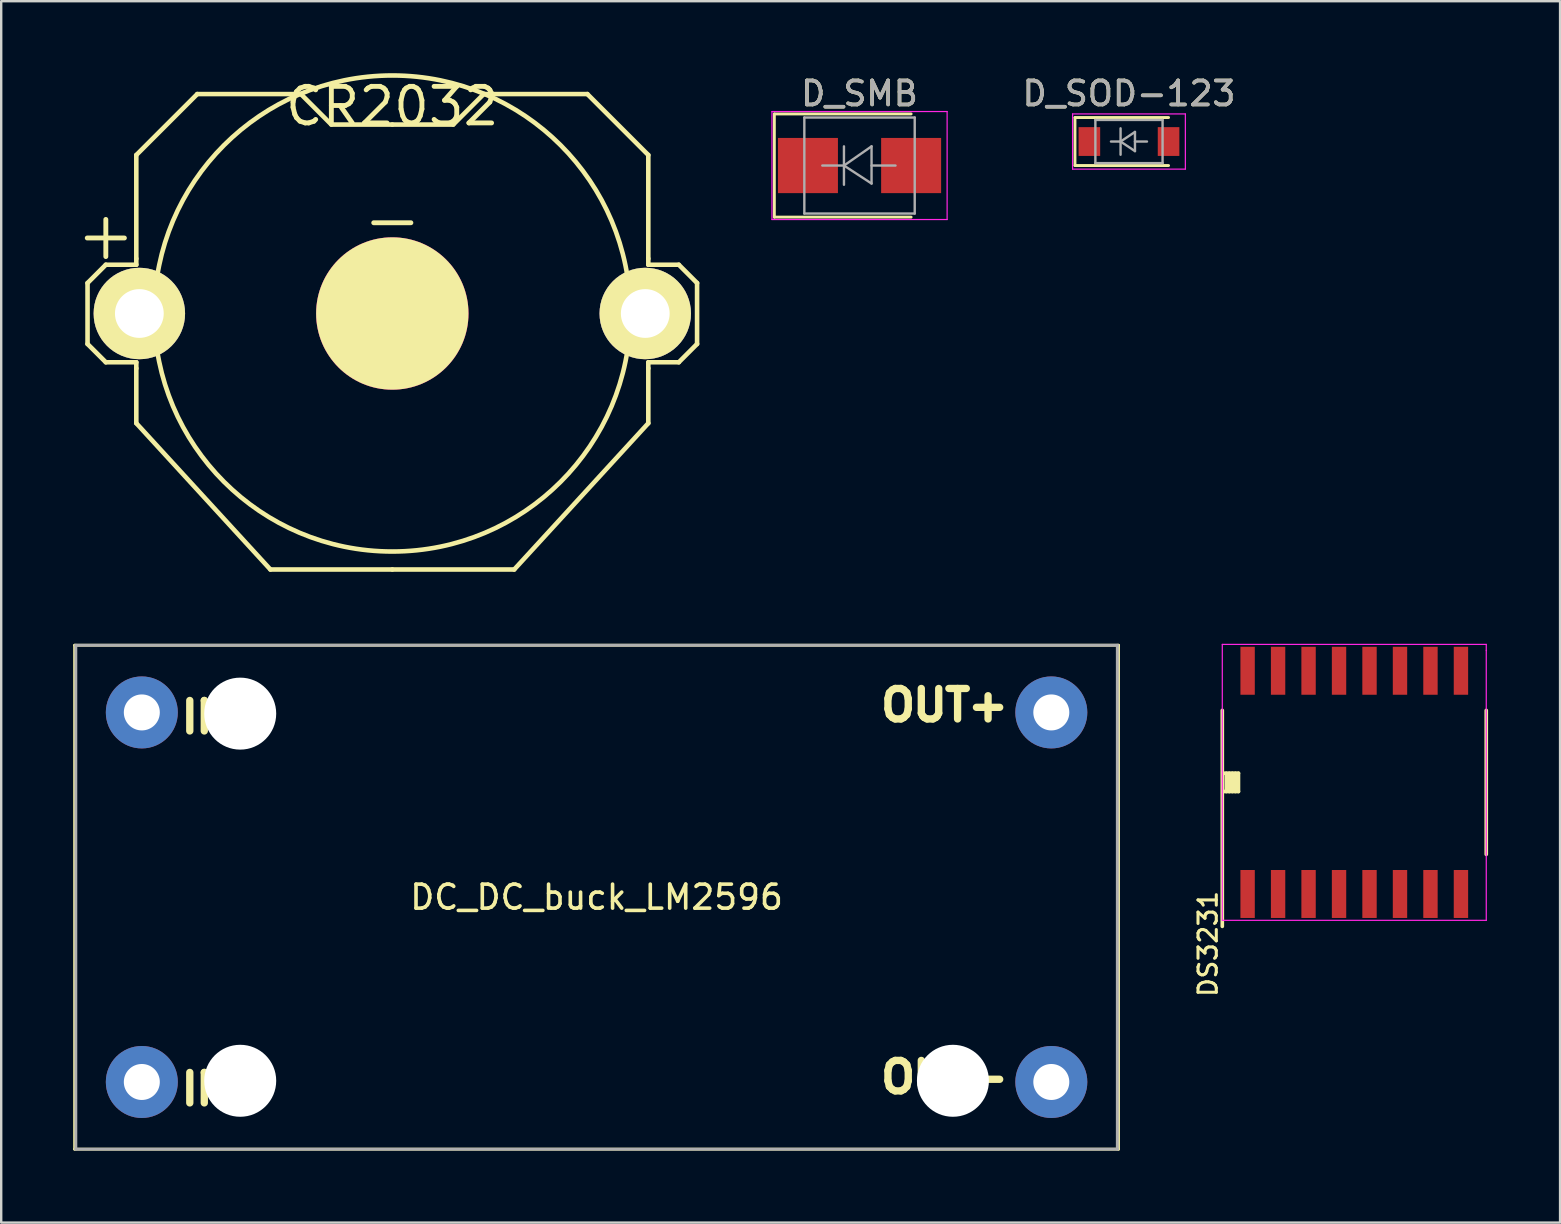
<source format=kicad_pcb>
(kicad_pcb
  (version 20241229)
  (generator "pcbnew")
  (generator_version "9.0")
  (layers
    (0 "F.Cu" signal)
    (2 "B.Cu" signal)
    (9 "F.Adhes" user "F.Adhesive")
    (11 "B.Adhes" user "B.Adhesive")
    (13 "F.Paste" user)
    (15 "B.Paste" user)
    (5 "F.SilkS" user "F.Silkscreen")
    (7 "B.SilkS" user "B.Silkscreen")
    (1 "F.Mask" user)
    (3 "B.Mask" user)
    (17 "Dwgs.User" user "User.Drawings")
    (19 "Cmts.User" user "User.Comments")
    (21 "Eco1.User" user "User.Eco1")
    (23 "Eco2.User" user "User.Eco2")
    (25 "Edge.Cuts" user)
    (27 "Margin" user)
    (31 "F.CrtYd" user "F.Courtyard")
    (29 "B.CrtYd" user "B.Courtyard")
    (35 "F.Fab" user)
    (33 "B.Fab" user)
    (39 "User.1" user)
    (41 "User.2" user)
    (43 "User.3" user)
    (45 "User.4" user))
  (footprint "DS3231"
    (layer "F.Cu")
    (at 53.385 29.553)
    (property "Reference" "DS3231" (at -6.096 6.731 270) (layer "F.SilkS") (effects (font (size 0.762 0.762) (thickness 0.127))))
    (attr smd)
    (fp_line (start -5.5 -3) (end -5.5 6) (stroke (width 0.152) (type solid)) (layer "F.SilkS"))
    (fp_line (start -5.461 -0.381) (end -4.826 -0.381) (stroke (width 0.152) (type solid)) (layer "F.SilkS"))
    (fp_line (start -5.461 0.381) (end -4.826 0.381) (stroke (width 0.152) (type solid)) (layer "F.SilkS"))
    (fp_line (start -5.334 -0.381) (end -5.334 0.381) (stroke (width 0.152) (type solid)) (layer "F.SilkS"))
    (fp_line (start -5.207 -0.381) (end -5.207 0.381) (stroke (width 0.152) (type solid)) (layer "F.SilkS"))
    (fp_line (start -5.08 -0.381) (end -5.08 0.381) (stroke (width 0.152) (type solid)) (layer "F.SilkS"))
    (fp_line (start -4.953 -0.381) (end -4.953 0.381) (stroke (width 0.152) (type solid)) (layer "F.SilkS"))
    (fp_line (start -4.826 -0.381) (end -4.826 0.381) (stroke (width 0.152) (type solid)) (layer "F.SilkS"))
    (fp_line (start 5.5 3) (end 5.5 -3) (stroke (width 0.152) (type solid)) (layer "F.SilkS"))
    (fp_line (start -5.5 -5.75) (end -5.5 5.75) (stroke (width 0.05) (type solid)) (layer "F.CrtYd"))
    (fp_line (start -5.5 5.75) (end 5.5 5.75) (stroke (width 0.05) (type solid)) (layer "F.CrtYd"))
    (fp_line (start 5.5 -5.75) (end -5.5 -5.75) (stroke (width 0.05) (type solid)) (layer "F.CrtYd"))
    (fp_line (start 5.5 -5.5) (end 5.5 -5.75) (stroke (width 0.05) (type solid)) (layer "F.CrtYd"))
    (fp_line (start 5.5 5.75) (end 5.5 -5.5) (stroke (width 0.05) (type solid)) (layer "F.CrtYd"))
    (pad "1" smd rect (at -4.445 4.651) (size 0.599 1.999) (layers "F.Cu" "F.Mask" "F.Paste"))
    (pad "2" smd rect (at -3.175 4.651) (size 0.599 1.999) (layers "F.Cu" "F.Mask" "F.Paste"))
    (pad "3" smd rect (at -1.905 4.651) (size 0.599 1.999) (layers "F.Cu" "F.Mask" "F.Paste"))
    (pad "4" smd rect (at -0.635 4.651) (size 0.599 1.999) (layers "F.Cu" "F.Mask" "F.Paste"))
    (pad "5" smd rect (at 0.635 4.651) (size 0.599 1.999) (layers "F.Cu" "F.Mask" "F.Paste"))
    (pad "6" smd rect (at 1.905 4.651) (size 0.599 1.999) (layers "F.Cu" "F.Mask" "F.Paste"))
    (pad "7" smd rect (at 3.175 4.651) (size 0.599 1.999) (layers "F.Cu" "F.Mask" "F.Paste"))
    (pad "8" smd rect (at 4.445 4.651) (size 0.599 1.999) (layers "F.Cu" "F.Mask" "F.Paste"))
    (pad "9" smd rect (at 4.445 -4.651) (size 0.599 1.999) (layers "F.Cu" "F.Mask" "F.Paste"))
    (pad "10" smd rect (at 3.175 -4.651) (size 0.599 1.999) (layers "F.Cu" "F.Mask" "F.Paste"))
    (pad "11" smd rect (at 1.905 -4.651) (size 0.599 1.999) (layers "F.Cu" "F.Mask" "F.Paste"))
    (pad "12" smd rect (at 0.635 -4.651) (size 0.599 1.999) (layers "F.Cu" "F.Mask" "F.Paste"))
    (pad "13" smd rect (at -0.635 -4.651) (size 0.599 1.999) (layers "F.Cu" "F.Mask" "F.Paste"))
    (pad "14" smd rect (at -1.905 -4.651) (size 0.599 1.999) (layers "F.Cu" "F.Mask" "F.Paste"))
    (pad "15" smd rect (at -3.175 -4.651) (size 0.599 1.999) (layers "F.Cu" "F.Mask" "F.Paste"))
    (pad "16" smd rect (at -4.445 -4.651) (size 0.599 1.999) (layers "F.Cu" "F.Mask" "F.Paste")))
  (footprint "DC_DC_buck_LM2596"
    (layer "F.Cu")
    (at 21.81 34.338)
    (property "Reference" "DC_DC_buck_LM2596" (at 0 0 0) (layer "F.SilkS") (effects (font (size 1 1) (thickness 0.15))))
    (attr through_hole)
    (fp_line (start -21.75 -10.5) (end 21.75 -10.5) (stroke (width 0.12) (type solid)) (layer "F.SilkS"))
    (fp_line (start -21.75 10.5) (end -21.75 -10.5) (stroke (width 0.12) (type solid)) (layer "F.SilkS"))
    (fp_line (start 21.75 -10.5) (end 21.75 10.5) (stroke (width 0.12) (type solid)) (layer "F.SilkS"))
    (fp_line (start 21.75 10.5) (end -21.75 10.5) (stroke (width 0.12) (type solid)) (layer "F.SilkS"))
    (fp_line (start -21.7 -10.5) (end 21.7 -10.5) (stroke (width 0.12) (type solid)) (layer "F.Fab"))
    (fp_line (start -21.7 10.5) (end -21.7 -10.5) (stroke (width 0.12) (type solid)) (layer "F.Fab"))
    (fp_line (start 21.7 -10.5) (end 21.7 10.5) (stroke (width 0.12) (type solid)) (layer "F.Fab"))
    (fp_line (start 21.7 10.5) (end -21.7 10.5) (stroke (width 0.12) (type solid)) (layer "F.Fab"))
    (fp_text user "OUT+" (at 14.5 -8 0) (layer "F.SilkS") (effects (font (size 1.27 1.27) (thickness 0.305))))
    (fp_text user "IN-" (at -15.5 8 0) (layer "F.SilkS") (effects (font (size 1.27 1.27) (thickness 0.305))))
    (fp_text user "OUT-" (at 14.5 7.5 0) (layer "F.SilkS") (effects (font (size 1.27 1.27) (thickness 0.305))))
    (fp_text user "IN+" (at -15.5 -7.5 0) (layer "F.SilkS") (effects (font (size 1.27 1.27) (thickness 0.305))))
    (pad "" np_thru_hole circle (at -14.85 -7.65) (size 3 3) (drill 3) (layers "*.Cu" "*.Mask"))
    (pad "" np_thru_hole circle (at -14.85 7.65) (size 3 3) (drill 3) (layers "*.Cu" "*.Mask"))
    (pad "" np_thru_hole circle (at 14.85 7.65) (size 3 3) (drill 3) (layers "*.Cu" "*.Mask"))
    (pad "GND" thru_hole circle (at 18.95 7.7) (size 3 3) (drill 1.5) (layers "*.Cu" "*.Mask"))
    (pad "GNDPWR" thru_hole circle (at -18.95 7.7) (size 3 3) (drill 1.5) (layers "*.Cu" "*.Mask"))
    (pad "VIN" thru_hole circle (at -18.95 -7.7) (size 3 3) (drill 1.5) (layers "*.Cu" "*.Mask"))
    (pad "VO" thru_hole circle (at 18.95 -7.7) (size 3 3) (drill 1.5) (layers "*.Cu" "*.Mask")))
  (footprint "D_SMB"
    (layer "F.Cu")
    (at 32.768 3.848)
    (property "Reference" "D_SMB" (at 0 -3 0) (layer "F.SilkS") (effects (font (size 1 1) (thickness 0.15))))
    (attr smd)
    (fp_line (start -3.55 -2.15) (end -3.55 2.15) (stroke (width 0.12) (type solid)) (layer "F.SilkS"))
    (fp_line (start -3.55 -2.15) (end 2.15 -2.15) (stroke (width 0.12) (type solid)) (layer "F.SilkS"))
    (fp_line (start -3.55 2.15) (end 2.15 2.15) (stroke (width 0.12) (type solid)) (layer "F.SilkS"))
    (fp_line (start -3.65 -2.25) (end 3.65 -2.25) (stroke (width 0.05) (type solid)) (layer "F.CrtYd"))
    (fp_line (start -3.65 2.25) (end -3.65 -2.25) (stroke (width 0.05) (type solid)) (layer "F.CrtYd"))
    (fp_line (start 3.65 -2.25) (end 3.65 2.25) (stroke (width 0.05) (type solid)) (layer "F.CrtYd"))
    (fp_line (start 3.65 2.25) (end -3.65 2.25) (stroke (width 0.05) (type solid)) (layer "F.CrtYd"))
    (fp_line (start -2.3 2) (end -2.3 -2) (stroke (width 0.1) (type solid)) (layer "F.Fab"))
    (fp_line (start -0.649 -0.799) (end -0.649 0.801) (stroke (width 0.1) (type solid)) (layer "F.Fab"))
    (fp_line (start -0.649 0.001) (end -1.551 0.001) (stroke (width 0.1) (type solid)) (layer "F.Fab"))
    (fp_line (start -0.649 0.001) (end 0.501 -0.799) (stroke (width 0.1) (type solid)) (layer "F.Fab"))
    (fp_line (start -0.649 0.001) (end 0.501 0.75) (stroke (width 0.1) (type solid)) (layer "F.Fab"))
    (fp_line (start 0.501 0.001) (end 1.499 0.001) (stroke (width 0.1) (type solid)) (layer "F.Fab"))
    (fp_line (start 0.501 0.75) (end 0.501 -0.799) (stroke (width 0.1) (type solid)) (layer "F.Fab"))
    (fp_line (start 2.3 -2) (end -2.3 -2) (stroke (width 0.1) (type solid)) (layer "F.Fab"))
    (fp_line (start 2.3 -2) (end 2.3 2) (stroke (width 0.1) (type solid)) (layer "F.Fab"))
    (fp_line (start 2.3 2) (end -2.3 2) (stroke (width 0.1) (type solid)) (layer "F.Fab"))
    (fp_text user "${REFERENCE}" (at 0 -3 0) (layer "F.Fab") (effects (font (size 1 1) (thickness 0.15))))
    (pad "1" smd rect (at -2.15 0) (size 2.5 2.3) (layers "F.Cu" "F.Mask" "F.Paste"))
    (pad "2" smd rect (at 2.15 0) (size 2.5 2.3) (layers "F.Cu" "F.Mask" "F.Paste")))
  (footprint "D_SOD-123"
    (layer "F.Cu")
    (at 43.996 2.848)
    (property "Reference" "D_SOD-123" (at 0 -2 0) (layer "F.SilkS") (effects (font (size 1 1) (thickness 0.15))))
    (attr smd)
    (fp_line (start -2.25 -1) (end -2.25 1) (stroke (width 0.12) (type solid)) (layer "F.SilkS"))
    (fp_line (start -2.25 -1) (end 1.65 -1) (stroke (width 0.12) (type solid)) (layer "F.SilkS"))
    (fp_line (start -2.25 1) (end 1.65 1) (stroke (width 0.12) (type solid)) (layer "F.SilkS"))
    (fp_line (start -2.35 -1.15) (end -2.35 1.15) (stroke (width 0.05) (type solid)) (layer "F.CrtYd"))
    (fp_line (start -2.35 -1.15) (end 2.35 -1.15) (stroke (width 0.05) (type solid)) (layer "F.CrtYd"))
    (fp_line (start 2.35 -1.15) (end 2.35 1.15) (stroke (width 0.05) (type solid)) (layer "F.CrtYd"))
    (fp_line (start 2.35 1.15) (end -2.35 1.15) (stroke (width 0.05) (type solid)) (layer "F.CrtYd"))
    (fp_line (start -1.4 -0.9) (end 1.4 -0.9) (stroke (width 0.1) (type solid)) (layer "F.Fab"))
    (fp_line (start -1.4 0.9) (end -1.4 -0.9) (stroke (width 0.1) (type solid)) (layer "F.Fab"))
    (fp_line (start -0.75 0) (end -0.35 0) (stroke (width 0.1) (type solid)) (layer "F.Fab"))
    (fp_line (start -0.35 0) (end -0.35 -0.55) (stroke (width 0.1) (type solid)) (layer "F.Fab"))
    (fp_line (start -0.35 0) (end -0.35 0.55) (stroke (width 0.1) (type solid)) (layer "F.Fab"))
    (fp_line (start -0.35 0) (end 0.25 -0.4) (stroke (width 0.1) (type solid)) (layer "F.Fab"))
    (fp_line (start 0.25 -0.4) (end 0.25 0.4) (stroke (width 0.1) (type solid)) (layer "F.Fab"))
    (fp_line (start 0.25 0) (end 0.75 0) (stroke (width 0.1) (type solid)) (layer "F.Fab"))
    (fp_line (start 0.25 0.4) (end -0.35 0) (stroke (width 0.1) (type solid)) (layer "F.Fab"))
    (fp_line (start 1.4 -0.9) (end 1.4 0.9) (stroke (width 0.1) (type solid)) (layer "F.Fab"))
    (fp_line (start 1.4 0.9) (end -1.4 0.9) (stroke (width 0.1) (type solid)) (layer "F.Fab"))
    (fp_text user "${REFERENCE}" (at 0 -2 0) (layer "F.Fab") (effects (font (size 1 1) (thickness 0.15))))
    (pad "1" smd rect (at 1.65 0) (size 0.9 1.2) (layers "F.Cu" "F.Mask" "F.Paste"))
    (pad "2" smd rect (at -1.65 0) (size 0.9 1.2) (layers "F.Cu" "F.Mask" "F.Paste")))
  (footprint "CR2032"
    (layer "F.Cu")
    (at 13.298 10.014)
    (property "Reference" "CR2032" (at 0 -8.636 0) (layer "F.SilkS") (effects (font (size 1.524 1.524) (thickness 0.203))))
    (attr smd)
    (fp_line (start -12.7 -1.27) (end -11.938 -2.032) (stroke (width 0.191) (type solid)) (layer "F.SilkS"))
    (fp_line (start -12.7 1.27) (end -12.7 -1.27) (stroke (width 0.191) (type solid)) (layer "F.SilkS"))
    (fp_line (start -11.938 -2.032) (end -10.668 -2.032) (stroke (width 0.191) (type solid)) (layer "F.SilkS"))
    (fp_line (start -11.938 2.032) (end -12.7 1.27) (stroke (width 0.191) (type solid)) (layer "F.SilkS"))
    (fp_line (start -10.668 -6.604) (end -10.668 -2.286) (stroke (width 0.191) (type solid)) (layer "F.SilkS"))
    (fp_line (start -10.668 -2.032) (end -10.668 -2.286) (stroke (width 0.191) (type solid)) (layer "F.SilkS"))
    (fp_line (start -10.668 2.032) (end -11.938 2.032) (stroke (width 0.191) (type solid)) (layer "F.SilkS"))
    (fp_line (start -10.668 2.286) (end -10.668 2.032) (stroke (width 0.191) (type solid)) (layer "F.SilkS"))
    (fp_line (start -10.668 4.572) (end -10.668 2.286) (stroke (width 0.191) (type solid)) (layer "F.SilkS"))
    (fp_line (start -8.128 -9.144) (end -10.668 -6.604) (stroke (width 0.191) (type solid)) (layer "F.SilkS"))
    (fp_line (start -8.128 -9.144) (end -3.81 -9.144) (stroke (width 0.191) (type solid)) (layer "F.SilkS"))
    (fp_line (start -5.08 10.668) (end -10.668 4.572) (stroke (width 0.191) (type solid)) (layer "F.SilkS"))
    (fp_line (start -2.54 -7.874) (end -3.81 -9.144) (stroke (width 0.191) (type solid)) (layer "F.SilkS"))
    (fp_line (start 0 -7.874) (end -2.54 -7.874) (stroke (width 0.191) (type solid)) (layer "F.SilkS"))
    (fp_line (start 0 -7.874) (end 2.54 -7.874) (stroke (width 0.191) (type solid)) (layer "F.SilkS"))
    (fp_line (start 0 10.668) (end -5.08 10.668) (stroke (width 0.191) (type solid)) (layer "F.SilkS"))
    (fp_line (start 0 10.668) (end 5.08 10.668) (stroke (width 0.191) (type solid)) (layer "F.SilkS"))
    (fp_line (start 2.54 -7.874) (end 3.81 -9.144) (stroke (width 0.191) (type solid)) (layer "F.SilkS"))
    (fp_line (start 3.81 -9.144) (end 8.128 -9.144) (stroke (width 0.191) (type solid)) (layer "F.SilkS"))
    (fp_line (start 8.128 -9.144) (end 10.668 -6.604) (stroke (width 0.191) (type solid)) (layer "F.SilkS"))
    (fp_line (start 10.668 -6.604) (end 10.668 -2.286) (stroke (width 0.191) (type solid)) (layer "F.SilkS"))
    (fp_line (start 10.668 -2.286) (end 10.668 -2.032) (stroke (width 0.191) (type solid)) (layer "F.SilkS"))
    (fp_line (start 10.668 -2.032) (end 11.938 -2.032) (stroke (width 0.191) (type solid)) (layer "F.SilkS"))
    (fp_line (start 10.668 2.032) (end 10.668 2.286) (stroke (width 0.191) (type solid)) (layer "F.SilkS"))
    (fp_line (start 10.668 4.572) (end 5.08 10.668) (stroke (width 0.191) (type solid)) (layer "F.SilkS"))
    (fp_line (start 10.668 4.572) (end 10.668 2.286) (stroke (width 0.191) (type solid)) (layer "F.SilkS"))
    (fp_line (start 11.938 -2.032) (end 12.7 -1.27) (stroke (width 0.191) (type solid)) (layer "F.SilkS"))
    (fp_line (start 11.938 2.032) (end 10.668 2.032) (stroke (width 0.191) (type solid)) (layer "F.SilkS"))
    (fp_line (start 12.7 -1.27) (end 12.7 1.27) (stroke (width 0.191) (type solid)) (layer "F.SilkS"))
    (fp_line (start 12.7 1.27) (end 11.938 2.032) (stroke (width 0.191) (type solid)) (layer "F.SilkS"))
    (fp_circle (center 0 0) (end 9.906 -0.508) (stroke (width 0.191) (type solid)) (fill no) (layer "F.SilkS"))
    (fp_text user "+" (at -11.938 -3.302 0) (layer "F.SilkS") (effects (font (size 2.032 2.032) (thickness 0.203))))
    (fp_text user "-" (at 0 -3.937 0) (layer "F.SilkS") (effects (font (size 2.032 2.032) (thickness 0.203))))
    (pad "1" thru_hole circle (at -10.541 0) (size 3.81 3.81) (drill 2.032) (layers "*.Cu" "*.Mask" "F.SilkS"))
    (pad "1" thru_hole circle (at 10.541 0) (size 3.81 3.81) (drill 2.032) (layers "*.Cu" "*.Mask" "F.SilkS"))
    (pad "2" smd circle (at 0 0) (size 6.35 6.35) (layers "F.Cu" "F.Mask" "F.SilkS" "F.Adhes" "F.Paste")))
  (gr_rect
    (start -3 -3)
    (end 61.961 47.898)
    (stroke (width 0.1) (type default))
    (fill no)
    (layer "Edge.Cuts")))
</source>
